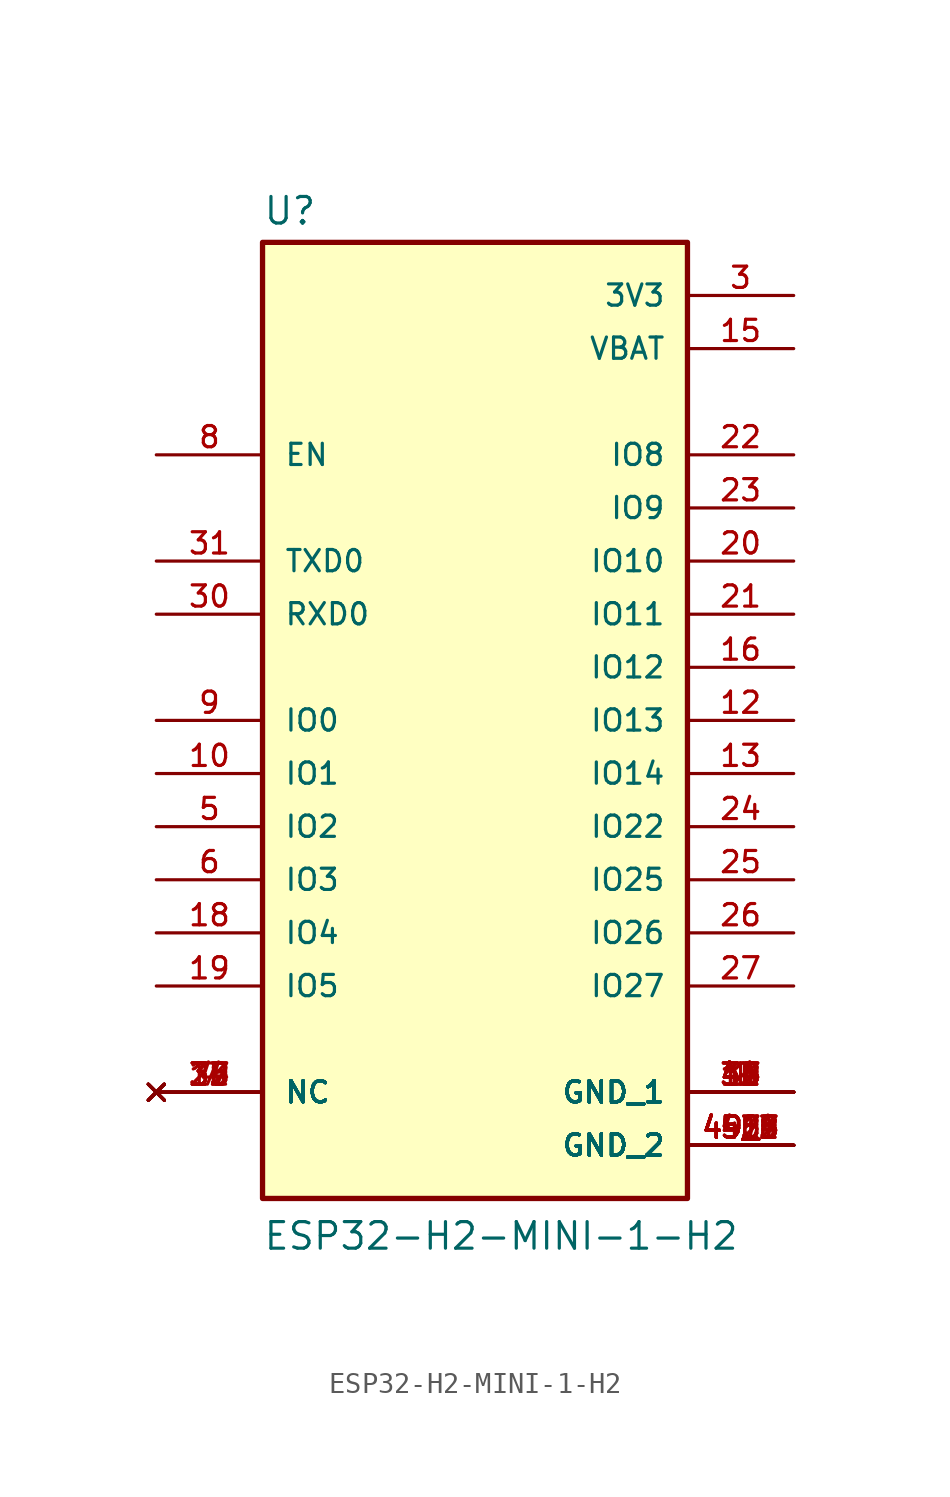
<source format=kicad_sym>
(kicad_symbol_lib
  (version 20211014)
  (generator kicad_symbol_editor)
  (symbol "ESP32-H2-MINI-1-H2"
    (pin_names
      (offset 1.016))
    (property "Reference" "U"
      (at -10.16 23.622 0)
      (effects (font (size 1.27 1.27)) (justify bottom left)))
    (property "Value" "ESP32-H2-MINI-1-H2"
      (at -10.16 -25.4 0)
      (effects (font (size 1.27 1.27)) (justify bottom left)))
    (symbol "ESP32-H2-MINI-1-H2_0_0"
      (rectangle (start -10.16 -22.86) (end 10.16 22.86) (stroke (width 0.254)) (fill (type background)))
      (pin power_in line (at 15.24 -17.78 180.0) (length 5.08) (name "GND_1" (effects (font (size 1.016 1.016)))) (number "1" (effects (font (size 1.016 1.016)))))
      (pin power_in line (at 15.24 -17.78 180.0) (length 5.08) (name "GND_1" (effects (font (size 1.016 1.016)))) (number "2" (effects (font (size 1.016 1.016)))))
      (pin power_in line (at 15.24 -17.78 180.0) (length 5.08) (name "GND_1" (effects (font (size 1.016 1.016)))) (number "11" (effects (font (size 1.016 1.016)))))
      (pin power_in line (at 15.24 -17.78 180.0) (length 5.08) (name "GND_1" (effects (font (size 1.016 1.016)))) (number "14" (effects (font (size 1.016 1.016)))))
      (pin power_in line (at 15.24 -17.78 180.0) (length 5.08) (name "GND_1" (effects (font (size 1.016 1.016)))) (number "36" (effects (font (size 1.016 1.016)))))
      (pin power_in line (at 15.24 -17.78 180.0) (length 5.08) (name "GND_1" (effects (font (size 1.016 1.016)))) (number "37" (effects (font (size 1.016 1.016)))))
      (pin power_in line (at 15.24 -17.78 180.0) (length 5.08) (name "GND_1" (effects (font (size 1.016 1.016)))) (number "38" (effects (font (size 1.016 1.016)))))
      (pin power_in line (at 15.24 -17.78 180.0) (length 5.08) (name "GND_1" (effects (font (size 1.016 1.016)))) (number "39" (effects (font (size 1.016 1.016)))))
      (pin power_in line (at 15.24 -17.78 180.0) (length 5.08) (name "GND_1" (effects (font (size 1.016 1.016)))) (number "40" (effects (font (size 1.016 1.016)))))
      (pin power_in line (at 15.24 -17.78 180.0) (length 5.08) (name "GND_1" (effects (font (size 1.016 1.016)))) (number "41" (effects (font (size 1.016 1.016)))))
      (pin power_in line (at 15.24 -17.78 180.0) (length 5.08) (name "GND_1" (effects (font (size 1.016 1.016)))) (number "42" (effects (font (size 1.016 1.016)))))
      (pin power_in line (at 15.24 -17.78 180.0) (length 5.08) (name "GND_1" (effects (font (size 1.016 1.016)))) (number "43" (effects (font (size 1.016 1.016)))))
      (pin power_in line (at 15.24 -17.78 180.0) (length 5.08) (name "GND_1" (effects (font (size 1.016 1.016)))) (number "44" (effects (font (size 1.016 1.016)))))
      (pin power_in line (at 15.24 -17.78 180.0) (length 5.08) (name "GND_1" (effects (font (size 1.016 1.016)))) (number "45" (effects (font (size 1.016 1.016)))))
      (pin power_in line (at 15.24 -17.78 180.0) (length 5.08) (name "GND_1" (effects (font (size 1.016 1.016)))) (number "46" (effects (font (size 1.016 1.016)))))
      (pin power_in line (at 15.24 -20.32 180.0) (length 5.08) (name "GND_2" (effects (font (size 1.016 1.016)))) (number "47" (effects (font (size 1.016 1.016)))))
      (pin power_in line (at 15.24 -20.32 180.0) (length 5.08) (name "GND_2" (effects (font (size 1.016 1.016)))) (number "48" (effects (font (size 1.016 1.016)))))
      (pin power_in line (at 15.24 -20.32 180.0) (length 5.08) (name "GND_2" (effects (font (size 1.016 1.016)))) (number "49_1" (effects (font (size 1.016 1.016)))))
      (pin power_in line (at 15.24 -20.32 180.0) (length 5.08) (name "GND_2" (effects (font (size 1.016 1.016)))) (number "49_2" (effects (font (size 1.016 1.016)))))
      (pin power_in line (at 15.24 -20.32 180.0) (length 5.08) (name "GND_2" (effects (font (size 1.016 1.016)))) (number "49_3" (effects (font (size 1.016 1.016)))))
      (pin power_in line (at 15.24 -20.32 180.0) (length 5.08) (name "GND_2" (effects (font (size 1.016 1.016)))) (number "49_4" (effects (font (size 1.016 1.016)))))
      (pin power_in line (at 15.24 -20.32 180.0) (length 5.08) (name "GND_2" (effects (font (size 1.016 1.016)))) (number "49_5" (effects (font (size 1.016 1.016)))))
      (pin power_in line (at 15.24 -20.32 180.0) (length 5.08) (name "GND_2" (effects (font (size 1.016 1.016)))) (number "49_6" (effects (font (size 1.016 1.016)))))
      (pin power_in line (at 15.24 -20.32 180.0) (length 5.08) (name "GND_2" (effects (font (size 1.016 1.016)))) (number "49_7" (effects (font (size 1.016 1.016)))))
      (pin power_in line (at 15.24 -20.32 180.0) (length 5.08) (name "GND_2" (effects (font (size 1.016 1.016)))) (number "49_8" (effects (font (size 1.016 1.016)))))
      (pin power_in line (at 15.24 -20.32 180.0) (length 5.08) (name "GND_2" (effects (font (size 1.016 1.016)))) (number "49_9" (effects (font (size 1.016 1.016)))))
      (pin power_in line (at 15.24 -20.32 180.0) (length 5.08) (name "GND_2" (effects (font (size 1.016 1.016)))) (number "50" (effects (font (size 1.016 1.016)))))
      (pin power_in line (at 15.24 -20.32 180.0) (length 5.08) (name "GND_2" (effects (font (size 1.016 1.016)))) (number "51" (effects (font (size 1.016 1.016)))))
      (pin power_in line (at 15.24 -20.32 180.0) (length 5.08) (name "GND_2" (effects (font (size 1.016 1.016)))) (number "52" (effects (font (size 1.016 1.016)))))
      (pin power_in line (at 15.24 -20.32 180.0) (length 5.08) (name "GND_2" (effects (font (size 1.016 1.016)))) (number "53" (effects (font (size 1.016 1.016)))))
      (pin no_connect line (at -15.24 -17.78 0) (length 5.08) (name "NC" (effects (font (size 1.016 1.016)))) (number "4" (effects (font (size 1.016 1.016)))))
      (pin no_connect line (at -15.24 -17.78 0) (length 5.08) (name "NC" (effects (font (size 1.016 1.016)))) (number "7" (effects (font (size 1.016 1.016)))))
      (pin no_connect line (at -15.24 -17.78 0) (length 5.08) (name "NC" (effects (font (size 1.016 1.016)))) (number "17" (effects (font (size 1.016 1.016)))))
      (pin no_connect line (at -15.24 -17.78 0) (length 5.08) (name "NC" (effects (font (size 1.016 1.016)))) (number "28" (effects (font (size 1.016 1.016)))))
      (pin no_connect line (at -15.24 -17.78 0) (length 5.08) (name "NC" (effects (font (size 1.016 1.016)))) (number "29" (effects (font (size 1.016 1.016)))))
      (pin no_connect line (at -15.24 -17.78 0) (length 5.08) (name "NC" (effects (font (size 1.016 1.016)))) (number "32" (effects (font (size 1.016 1.016)))))
      (pin no_connect line (at -15.24 -17.78 0) (length 5.08) (name "NC" (effects (font (size 1.016 1.016)))) (number "33" (effects (font (size 1.016 1.016)))))
      (pin no_connect line (at -15.24 -17.78 0) (length 5.08) (name "NC" (effects (font (size 1.016 1.016)))) (number "34" (effects (font (size 1.016 1.016)))))
      (pin no_connect line (at -15.24 -17.78 0) (length 5.08) (name "NC" (effects (font (size 1.016 1.016)))) (number "35" (effects (font (size 1.016 1.016)))))
      (pin power_in line (at 15.24 20.32 180.0) (length 5.08) (name "3V3" (effects (font (size 1.016 1.016)))) (number "3" (effects (font (size 1.016 1.016)))))
      (pin bidirectional line (at -15.24 -5.08 0) (length 5.08) (name "IO2" (effects (font (size 1.016 1.016)))) (number "5" (effects (font (size 1.016 1.016)))))
      (pin bidirectional line (at -15.24 -7.62 0) (length 5.08) (name "IO3" (effects (font (size 1.016 1.016)))) (number "6" (effects (font (size 1.016 1.016)))))
      (pin bidirectional line (at -15.24 0.0 0) (length 5.08) (name "IO0" (effects (font (size 1.016 1.016)))) (number "9" (effects (font (size 1.016 1.016)))))
      (pin input line (at -15.24 12.7 0) (length 5.08) (name "EN" (effects (font (size 1.016 1.016)))) (number "8" (effects (font (size 1.016 1.016)))))
      (pin bidirectional line (at -15.24 -2.54 0) (length 5.08) (name "IO1" (effects (font (size 1.016 1.016)))) (number "10" (effects (font (size 1.016 1.016)))))
      (pin bidirectional line (at 15.24 0.0 180.0) (length 5.08) (name "IO13" (effects (font (size 1.016 1.016)))) (number "12" (effects (font (size 1.016 1.016)))))
      (pin bidirectional line (at 15.24 -2.54 180.0) (length 5.08) (name "IO14" (effects (font (size 1.016 1.016)))) (number "13" (effects (font (size 1.016 1.016)))))
      (pin power_in line (at 15.24 17.78 180.0) (length 5.08) (name "VBAT" (effects (font (size 1.016 1.016)))) (number "15" (effects (font (size 1.016 1.016)))))
      (pin bidirectional line (at 15.24 2.54 180.0) (length 5.08) (name "IO12" (effects (font (size 1.016 1.016)))) (number "16" (effects (font (size 1.016 1.016)))))
      (pin bidirectional line (at -15.24 -10.16 0) (length 5.08) (name "IO4" (effects (font (size 1.016 1.016)))) (number "18" (effects (font (size 1.016 1.016)))))
      (pin bidirectional line (at -15.24 -12.7 0) (length 5.08) (name "IO5" (effects (font (size 1.016 1.016)))) (number "19" (effects (font (size 1.016 1.016)))))
      (pin bidirectional line (at 15.24 7.62 180.0) (length 5.08) (name "IO10" (effects (font (size 1.016 1.016)))) (number "20" (effects (font (size 1.016 1.016)))))
      (pin bidirectional line (at 15.24 5.08 180.0) (length 5.08) (name "IO11" (effects (font (size 1.016 1.016)))) (number "21" (effects (font (size 1.016 1.016)))))
      (pin bidirectional line (at 15.24 12.7 180.0) (length 5.08) (name "IO8" (effects (font (size 1.016 1.016)))) (number "22" (effects (font (size 1.016 1.016)))))
      (pin bidirectional line (at 15.24 10.16 180.0) (length 5.08) (name "IO9" (effects (font (size 1.016 1.016)))) (number "23" (effects (font (size 1.016 1.016)))))
      (pin bidirectional line (at 15.24 -5.08 180.0) (length 5.08) (name "IO22" (effects (font (size 1.016 1.016)))) (number "24" (effects (font (size 1.016 1.016)))))
      (pin bidirectional line (at 15.24 -7.62 180.0) (length 5.08) (name "IO25" (effects (font (size 1.016 1.016)))) (number "25" (effects (font (size 1.016 1.016)))))
      (pin bidirectional line (at 15.24 -10.16 180.0) (length 5.08) (name "IO26" (effects (font (size 1.016 1.016)))) (number "26" (effects (font (size 1.016 1.016)))))
      (pin bidirectional line (at 15.24 -12.7 180.0) (length 5.08) (name "IO27" (effects (font (size 1.016 1.016)))) (number "27" (effects (font (size 1.016 1.016)))))
      (pin bidirectional line (at -15.24 5.08 0) (length 5.08) (name "RXD0" (effects (font (size 1.016 1.016)))) (number "30" (effects (font (size 1.016 1.016)))))
      (pin bidirectional line (at -15.24 7.62 0) (length 5.08) (name "TXD0" (effects (font (size 1.016 1.016)))) (number "31" (effects (font (size 1.016 1.016))))))))
</source>
